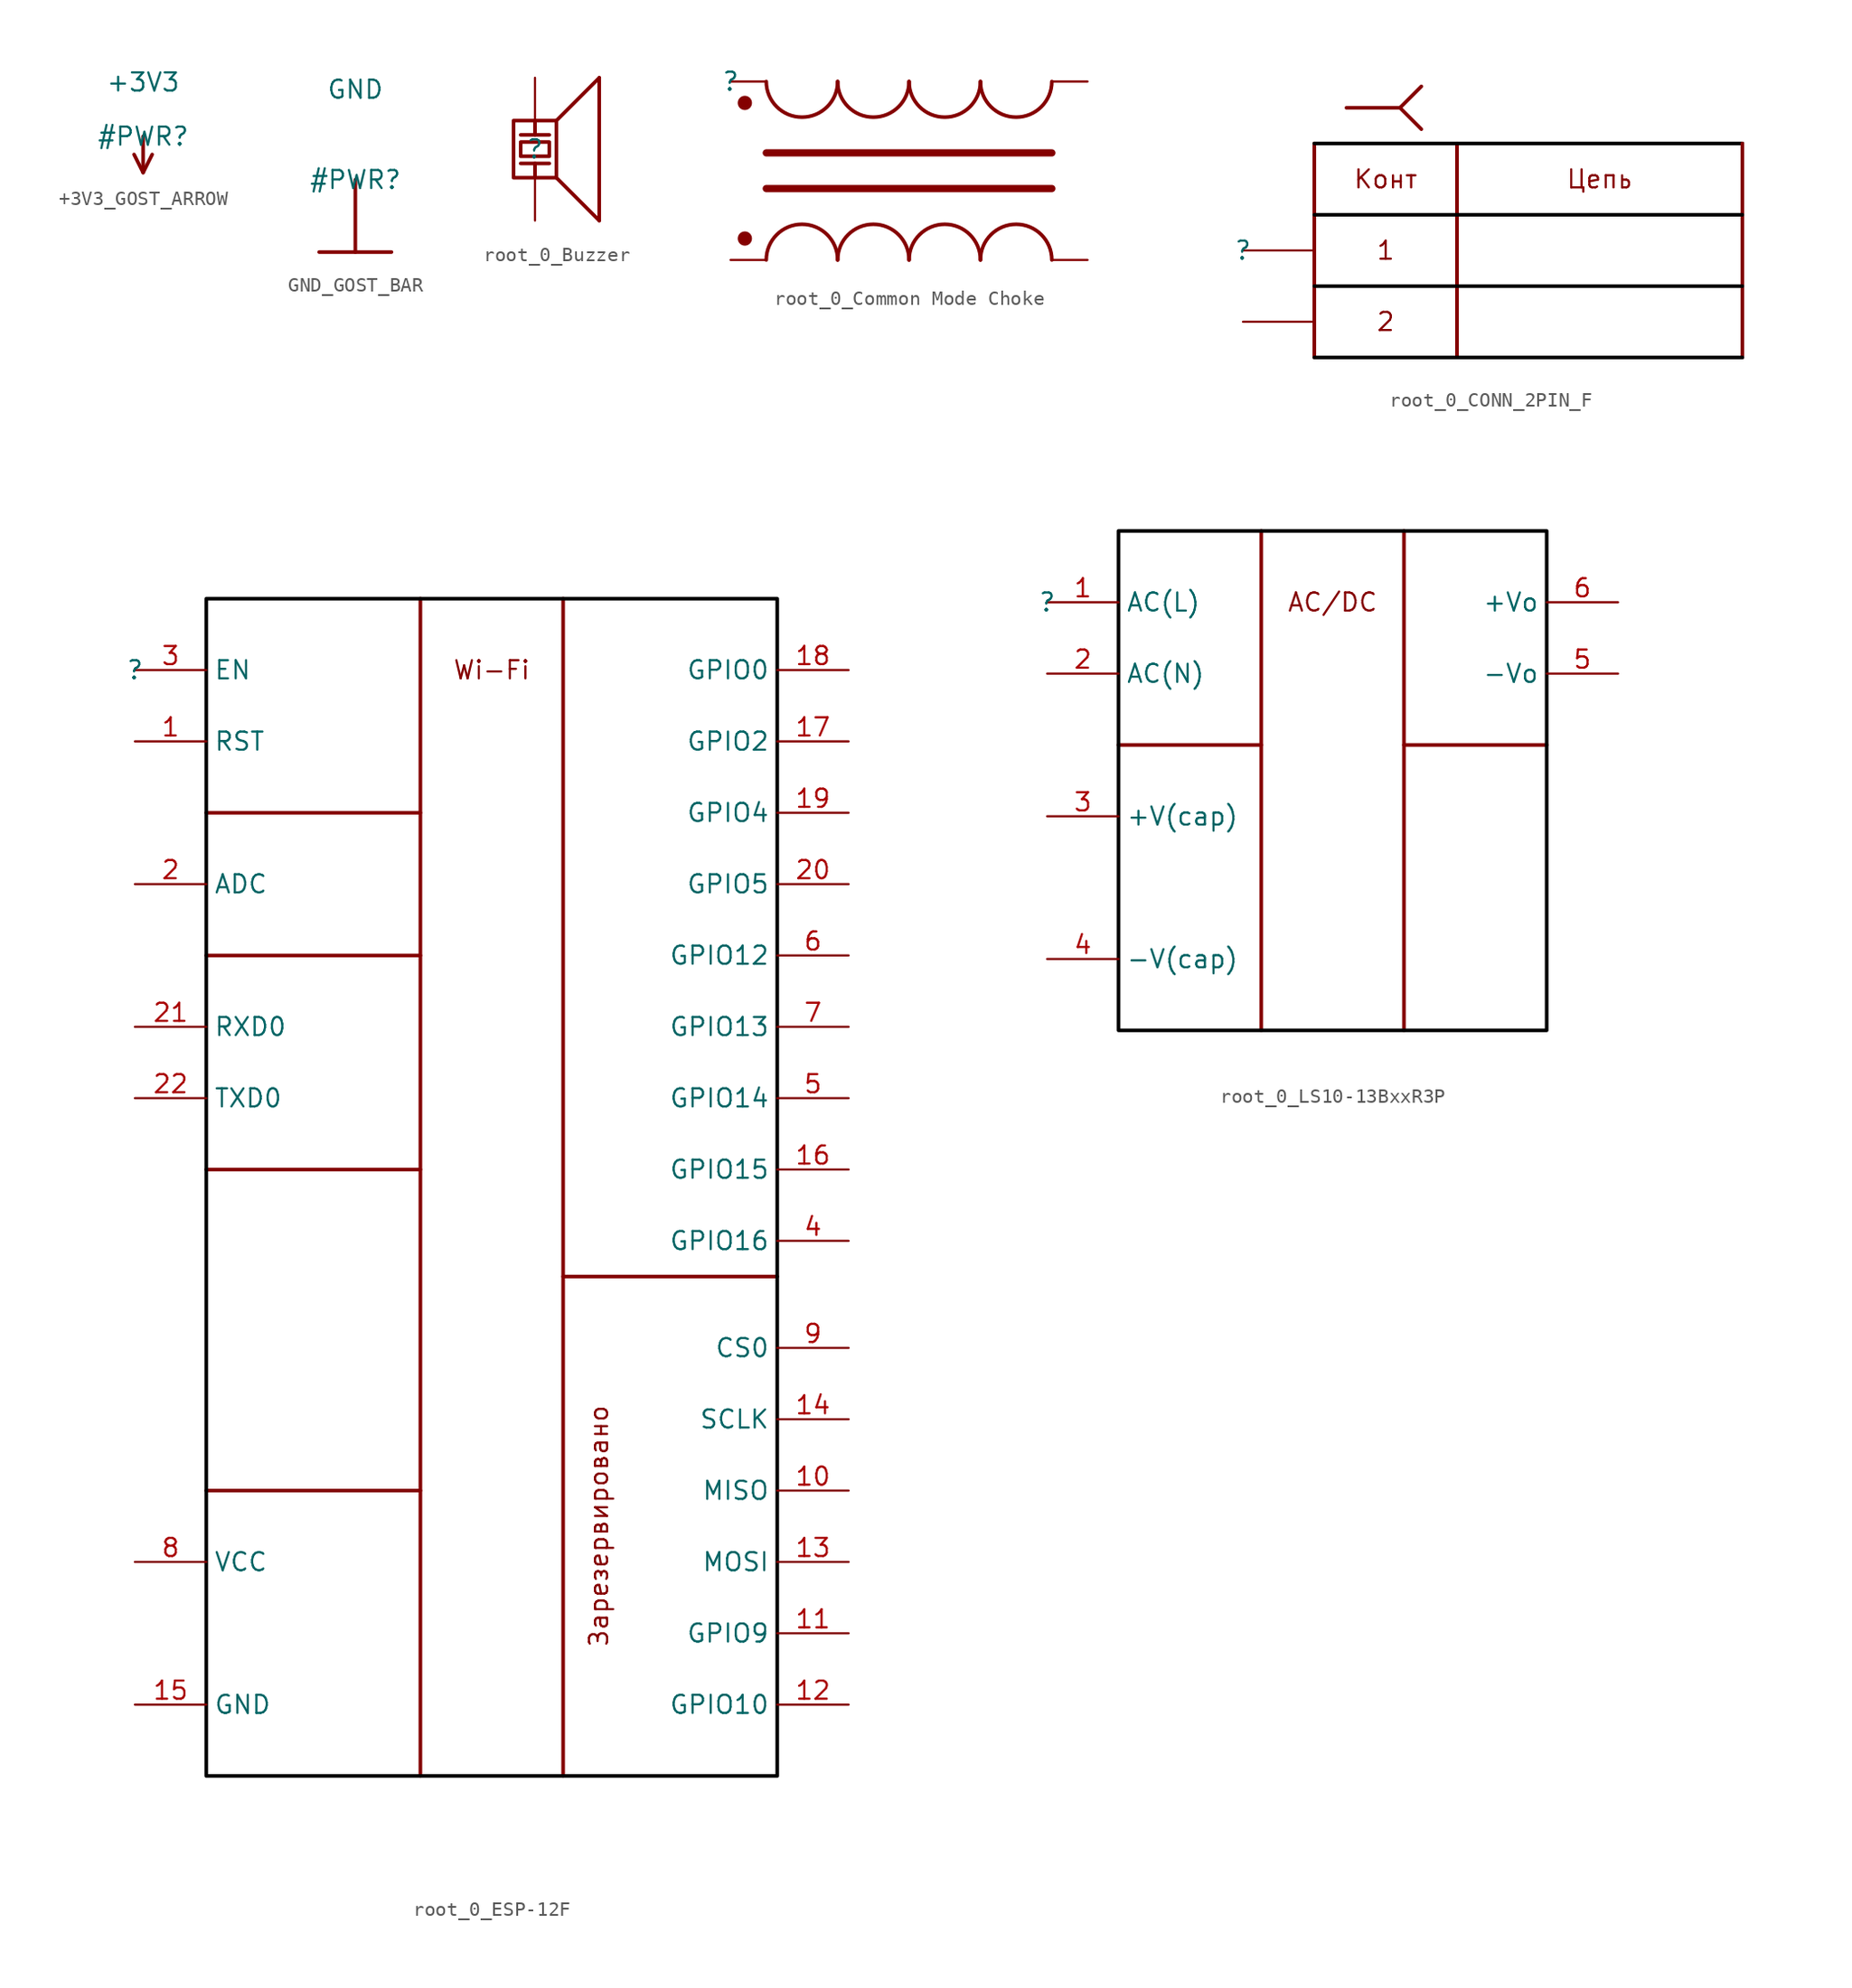
<source format=kicad_sym>
(kicad_symbol_lib
  (version 20231120)
  (generator "kicad_symbol_editor")
  (generator_version "8.0")
  (symbol "+3V3_GOST_ARROW"
    (power)
    (property "Reference" "#PWR"
      (at 0 0 0)
      (effects (font (size 1.27 1.27))))
    (property "Value" "+3V3"
      (at 0 3.81 0)
      (effects (font (size 1.27 1.27))))
    (symbol "+3V3_GOST_ARROW_0_0"
      (polyline (pts (xy 0 0) (xy 0 -2.54)) (stroke (width 0.254) (type solid)) (fill (type none)))
      (polyline (pts (xy -0.635 -1.27) (xy 0 -2.54) (xy 0.635 -1.27)) (stroke (width 0.254) (type solid)) (fill (type none)))
      (pin power_in line (at 0 0 0) (length 0) hide (name "+3V3" (effects (font (size 1.27 1.27)))) (number "" (effects (font (size 1.27 1.27)))))))
  (symbol "GND_GOST_BAR"
    (power)
    (property "Reference" "#PWR"
      (at 0 0 0)
      (effects (font (size 1.27 1.27))))
    (property "Value" "GND"
      (at 0 6.35 0)
      (effects (font (size 1.27 1.27))))
    (symbol "GND_GOST_BAR_0_0"
      (polyline (pts (xy -2.54 -5.08) (xy 2.54 -5.08)) (stroke (width 0.254) (type solid)) (fill (type none)))
      (polyline (pts (xy 0 0) (xy 0 -5.08)) (stroke (width 0.254) (type solid)) (fill (type none)))
      (pin power_in line (at 0 0 0) (length 0) hide (name "GND" (effects (font (size 1.27 1.27)))) (number "" (effects (font (size 1.27 1.27)))))))
  (symbol "root_0_Buzzer"
    (property "Reference" ""
      (at 0 0 0)
      (effects (font (size 1.27 1.27))))
    (property "Value" ""
      (at 0 0 0)
      (effects (font (size 1.27 1.27))))
    (symbol "root_0_Buzzer_1_0"
      (polyline (pts (xy -1 -1) (xy 1 -1)) (stroke (width 0.254) (type solid)) (fill (type none)))
      (polyline (pts (xy -1 1) (xy 1 1)) (stroke (width 0.254) (type solid)) (fill (type none)))
      (polyline (pts (xy 0 -2) (xy 0 -1)) (stroke (width 0.254) (type solid)) (fill (type none)))
      (polyline (pts (xy 0 2) (xy 0 1)) (stroke (width 0.254) (type solid)) (fill (type none)))
      (polyline (pts (xy 4.5 -5) (xy 1.5 -2)) (stroke (width 0.254) (type solid)) (fill (type none)))
      (polyline (pts (xy 4.5 5) (xy 1.5 2)) (stroke (width 0.254) (type solid)) (fill (type none)))
      (polyline (pts (xy 4.5 5) (xy 4.5 -5)) (stroke (width 0.254) (type solid)) (fill (type none)))
      (polyline (pts (xy -1.5 2) (xy -1.5 -2) (xy 1.5 -2) (xy 1.5 2) (xy -1.5 2)) (stroke (width 0.254) (type solid)) (fill (type none)))
      (polyline (pts (xy -1 0.5) (xy -1 -0.5) (xy 1 -0.5) (xy 1 0.5) (xy -1 0.5)) (stroke (width 0.254) (type solid)) (fill (type none)))
      (pin passive line (at 0 5 270) (length 3) (name "1" (effects (font (size 0 0)))) (number "1" (effects (font (size 0 0)))))
      (pin passive line (at 0 -5 90) (length 3) (name "2" (effects (font (size 0 0)))) (number "2" (effects (font (size 0 0)))))))
  (symbol "root_0_Common Mode Choke"
    (property "Reference" ""
      (at 0 0 0)
      (effects (font (size 1.27 1.27))))
    (property "Value" ""
      (at 0 0 0)
      (effects (font (size 1.27 1.27))))
    (symbol "root_0_Common Mode Choke_1_0"
      (polyline (pts (xy 22.5 -7.5) (xy 2.5 -7.5)) (stroke (width 0.508) (type solid)) (fill (type none)))
      (polyline (pts (xy 22.5 -5) (xy 2.5 -5)) (stroke (width 0.508) (type solid)) (fill (type none)))
      (circle (center 1 -11) (radius 0.5) (stroke (width -0.0001) (type solid)) (fill (type outline)))
      (circle (center 1 -1.5) (radius 0.5) (stroke (width -0.0001) (type solid)) (fill (type outline)))
      (arc (start 2.5 0) (mid 5 -2.5) (end 7.5 0) (stroke (width 0.254) (type solid)) (fill (type none)))
      (arc (start 7.5 -12.5) (mid 5 -10) (end 2.5 -12.5) (stroke (width 0.254) (type solid)) (fill (type none)))
      (arc (start 7.5 0) (mid 10 -2.5) (end 12.5 0) (stroke (width 0.254) (type solid)) (fill (type none)))
      (arc (start 12.5 -12.5) (mid 10 -10) (end 7.5 -12.5) (stroke (width 0.254) (type solid)) (fill (type none)))
      (arc (start 12.5 0) (mid 15 -2.5) (end 17.5 0) (stroke (width 0.254) (type solid)) (fill (type none)))
      (arc (start 17.5 -12.5) (mid 15 -10) (end 12.5 -12.5) (stroke (width 0.254) (type solid)) (fill (type none)))
      (arc (start 17.5 0) (mid 20 -2.5) (end 22.5 0) (stroke (width 0.254) (type solid)) (fill (type none)))
      (arc (start 22.5 -12.5) (mid 20 -10) (end 17.5 -12.5) (stroke (width 0.254) (type solid)) (fill (type none)))
      (pin passive line (at 0 0 0) (length 2.5) (name "1" (effects (font (size 0 0)))) (number "1" (effects (font (size 0 0)))))
      (pin passive line (at 25 0 180) (length 2.5) (name "2" (effects (font (size 0 0)))) (number "2" (effects (font (size 0 0)))))
      (pin passive line (at 25 -12.5 180) (length 2.5) (name "3" (effects (font (size 0 0)))) (number "3" (effects (font (size 0 0)))))
      (pin passive line (at 0 -12.5 0) (length 2.5) (name "4" (effects (font (size 0 0)))) (number "4" (effects (font (size 0 0)))))))
  (symbol "root_0_CONN_2PIN_F"
    (property "Reference" ""
      (at 0 0 0)
      (effects (font (size 1.27 1.27))))
    (property "Value" ""
      (at 0 0 0)
      (effects (font (size 1.27 1.27))))
    (symbol "root_0_CONN_2PIN_F_1_0"
      (polyline (pts (xy 5 7.5) (xy 5 -7.5)) (stroke (width 0.254) (type solid)) (fill (type none)))
      (polyline (pts (xy 7.25 10) (xy 11 10)) (stroke (width 0.254) (type solid)) (fill (type none)))
      (polyline (pts (xy 11 10) (xy 12.5 8.5)) (stroke (width 0.254) (type solid)) (fill (type none)))
      (polyline (pts (xy 11 10) (xy 12.5 11.5)) (stroke (width 0.254) (type solid)) (fill (type none)))
      (polyline (pts (xy 15 7.5) (xy 15 -7.5)) (stroke (width 0.254) (type solid)) (fill (type none)))
      (polyline (pts (xy 35 -7.5) (xy 5 -7.5)) (stroke (width 0.254) (type solid) (color 0 0 0 1)) (fill (type none)))
      (polyline (pts (xy 35 -2.5) (xy 5 -2.5)) (stroke (width 0.254) (type solid) (color 0 0 0 1)) (fill (type none)))
      (polyline (pts (xy 35 2.5) (xy 5 2.5)) (stroke (width 0.254) (type solid) (color 0 0 0 1)) (fill (type none)))
      (polyline (pts (xy 35 7.5) (xy 5 7.5)) (stroke (width 0.254) (type solid) (color 0 0 0 1)) (fill (type none)))
      (polyline (pts (xy 35 7.5) (xy 35 -7.5)) (stroke (width 0.254) (type solid)) (fill (type none)))
      (text "1" (at 10 0 0) (effects (font (size 1.27 1.27))))
      (text "2" (at 10 -5 0) (effects (font (size 1.27 1.27))))
      (text "Конт" (at 10 5 0) (effects (font (size 1.27 1.27))))
      (text "Цепь" (at 25 5 0) (effects (font (size 1.27 1.27))))
      (pin passive line (at 0 0 0) (length 5) (name "1" (effects (font (size 0 0)))) (number "1" (effects (font (size 0 0)))))
      (pin passive line (at 0 -5 0) (length 5) (name "2" (effects (font (size 0 0)))) (number "2" (effects (font (size 0 0)))))))
  (symbol "root_0_ESP-12F"
    (property "Reference" ""
      (at 0 0 0)
      (effects (font (size 1.27 1.27))))
    (property "Value" ""
      (at 0 0 0)
      (effects (font (size 1.27 1.27))))
    (symbol "root_0_ESP-12F_1_0"
      (polyline (pts (xy 5 -57.5) (xy 20 -57.5)) (stroke (width 0.254) (type solid)) (fill (type none)))
      (polyline (pts (xy 5 -35) (xy 20 -35)) (stroke (width 0.254) (type solid)) (fill (type none)))
      (polyline (pts (xy 5 -20) (xy 20 -20)) (stroke (width 0.254) (type solid)) (fill (type none)))
      (polyline (pts (xy 5 -10) (xy 20 -10)) (stroke (width 0.254) (type solid)) (fill (type none)))
      (polyline (pts (xy 20 5) (xy 20 -77.5)) (stroke (width 0.254) (type solid)) (fill (type none)))
      (polyline (pts (xy 30 -42.5) (xy 45 -42.5)) (stroke (width 0.254) (type solid)) (fill (type none)))
      (polyline (pts (xy 30 5) (xy 30 -77.5)) (stroke (width 0.254) (type solid)) (fill (type none)))
      (rectangle (start 45 5) (end 5 -77.5) (stroke (width 0.254) (type solid) (color 0 0 0 1)) (fill (type none)))
      (text "Wi-Fi" (at 25 0 0) (effects (font (size 1.27 1.27))))
      (text "Зарезервировано" (at 32.5 -60 900) (effects (font (size 1.27 1.27))))
      (pin passive line (at 0 -5 0) (length 5) (name "RST" (effects (font (size 1.27 1.27)))) (number "1" (effects (font (size 1.27 1.27)))))
      (pin passive line (at 50 -57.5 180) (length 5) (name "MISO" (effects (font (size 1.27 1.27)))) (number "10" (effects (font (size 1.27 1.27)))))
      (pin passive line (at 50 -67.5 180) (length 5) (name "GPIO9" (effects (font (size 1.27 1.27)))) (number "11" (effects (font (size 1.27 1.27)))))
      (pin passive line (at 50 -72.5 180) (length 5) (name "GPIO10" (effects (font (size 1.27 1.27)))) (number "12" (effects (font (size 1.27 1.27)))))
      (pin passive line (at 50 -62.5 180) (length 5) (name "MOSI" (effects (font (size 1.27 1.27)))) (number "13" (effects (font (size 1.27 1.27)))))
      (pin passive line (at 50 -52.5 180) (length 5) (name "SCLK" (effects (font (size 1.27 1.27)))) (number "14" (effects (font (size 1.27 1.27)))))
      (pin passive line (at 0 -72.5 0) (length 5) (name "GND" (effects (font (size 1.27 1.27)))) (number "15" (effects (font (size 1.27 1.27)))))
      (pin passive line (at 50 -35 180) (length 5) (name "GPIO15" (effects (font (size 1.27 1.27)))) (number "16" (effects (font (size 1.27 1.27)))))
      (pin passive line (at 50 -5 180) (length 5) (name "GPIO2" (effects (font (size 1.27 1.27)))) (number "17" (effects (font (size 1.27 1.27)))))
      (pin passive line (at 50 0 180) (length 5) (name "GPIO0" (effects (font (size 1.27 1.27)))) (number "18" (effects (font (size 1.27 1.27)))))
      (pin passive line (at 50 -10 180) (length 5) (name "GPIO4" (effects (font (size 1.27 1.27)))) (number "19" (effects (font (size 1.27 1.27)))))
      (pin passive line (at 0 -15 0) (length 5) (name "ADC" (effects (font (size 1.27 1.27)))) (number "2" (effects (font (size 1.27 1.27)))))
      (pin passive line (at 50 -15 180) (length 5) (name "GPIO5" (effects (font (size 1.27 1.27)))) (number "20" (effects (font (size 1.27 1.27)))))
      (pin passive line (at 0 -25 0) (length 5) (name "RXD0" (effects (font (size 1.27 1.27)))) (number "21" (effects (font (size 1.27 1.27)))))
      (pin passive line (at 0 -30 0) (length 5) (name "TXD0" (effects (font (size 1.27 1.27)))) (number "22" (effects (font (size 1.27 1.27)))))
      (pin passive line (at 0 0 0) (length 5) (name "EN" (effects (font (size 1.27 1.27)))) (number "3" (effects (font (size 1.27 1.27)))))
      (pin passive line (at 50 -40 180) (length 5) (name "GPIO16" (effects (font (size 1.27 1.27)))) (number "4" (effects (font (size 1.27 1.27)))))
      (pin passive line (at 50 -30 180) (length 5) (name "GPIO14" (effects (font (size 1.27 1.27)))) (number "5" (effects (font (size 1.27 1.27)))))
      (pin passive line (at 50 -20 180) (length 5) (name "GPIO12" (effects (font (size 1.27 1.27)))) (number "6" (effects (font (size 1.27 1.27)))))
      (pin passive line (at 50 -25 180) (length 5) (name "GPIO13" (effects (font (size 1.27 1.27)))) (number "7" (effects (font (size 1.27 1.27)))))
      (pin passive line (at 0 -62.5 0) (length 5) (name "VCC" (effects (font (size 1.27 1.27)))) (number "8" (effects (font (size 1.27 1.27)))))
      (pin passive line (at 50 -47.5 180) (length 5) (name "CS0" (effects (font (size 1.27 1.27)))) (number "9" (effects (font (size 1.27 1.27)))))))
  (symbol "root_0_LS10-13BxxR3P"
    (property "Reference" ""
      (at 0 0 0)
      (effects (font (size 1.27 1.27))))
    (property "Value" ""
      (at 0 0 0)
      (effects (font (size 1.27 1.27))))
    (symbol "root_0_LS10-13BxxR3P_1_0"
      (polyline (pts (xy 5 -10) (xy 15 -10)) (stroke (width 0.254) (type solid)) (fill (type none)))
      (polyline (pts (xy 15 5) (xy 15 -30)) (stroke (width 0.254) (type solid)) (fill (type none)))
      (polyline (pts (xy 25 -10) (xy 35 -10)) (stroke (width 0.254) (type solid)) (fill (type none)))
      (polyline (pts (xy 25 5) (xy 25 -30)) (stroke (width 0.254) (type solid)) (fill (type none)))
      (rectangle (start 35 5) (end 5 -30) (stroke (width 0.254) (type solid) (color 0 0 0 1)) (fill (type none)))
      (text "AC/DC" (at 20 0 0) (effects (font (size 1.27 1.27))))
      (pin passive line (at 0 0 0) (length 5) (name "AC(L)" (effects (font (size 1.27 1.27)))) (number "1" (effects (font (size 1.27 1.27)))))
      (pin passive line (at 0 -5 0) (length 5) (name "AC(N)" (effects (font (size 1.27 1.27)))) (number "2" (effects (font (size 1.27 1.27)))))
      (pin passive line (at 0 -15 0) (length 5) (name "+V(cap)" (effects (font (size 1.27 1.27)))) (number "3" (effects (font (size 1.27 1.27)))))
      (pin passive line (at 0 -25 0) (length 5) (name "-V(cap)" (effects (font (size 1.27 1.27)))) (number "4" (effects (font (size 1.27 1.27)))))
      (pin passive line (at 40 -5 180) (length 5) (name "-Vo" (effects (font (size 1.27 1.27)))) (number "5" (effects (font (size 1.27 1.27)))))
      (pin passive line (at 40 0 180) (length 5) (name "+Vo" (effects (font (size 1.27 1.27)))) (number "6" (effects (font (size 1.27 1.27))))))))
</source>
